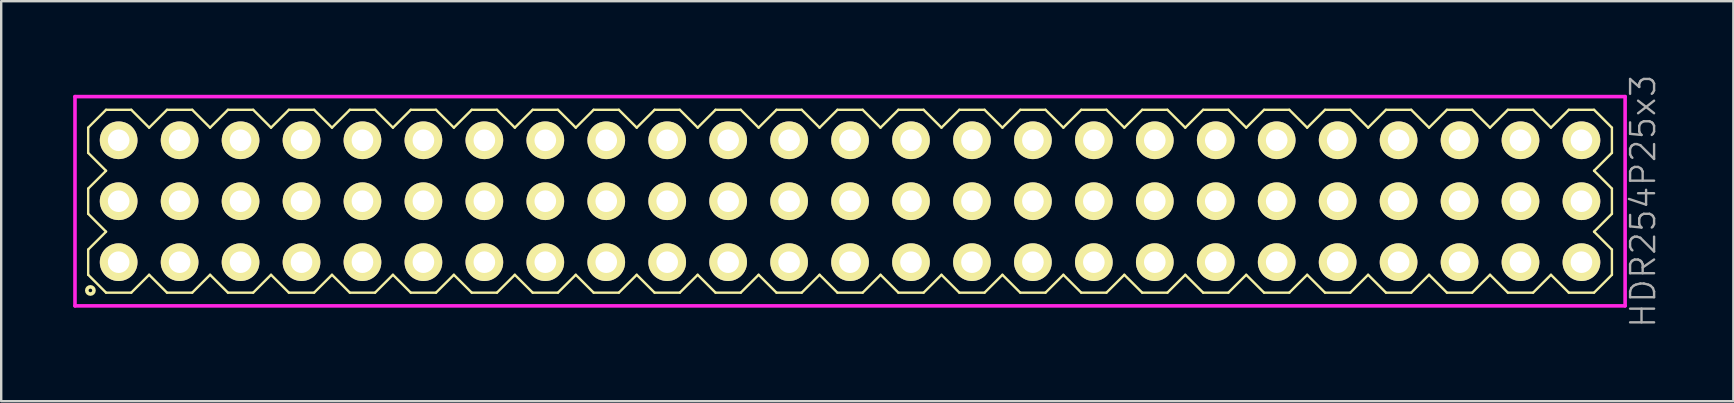
<source format=kicad_pcb>
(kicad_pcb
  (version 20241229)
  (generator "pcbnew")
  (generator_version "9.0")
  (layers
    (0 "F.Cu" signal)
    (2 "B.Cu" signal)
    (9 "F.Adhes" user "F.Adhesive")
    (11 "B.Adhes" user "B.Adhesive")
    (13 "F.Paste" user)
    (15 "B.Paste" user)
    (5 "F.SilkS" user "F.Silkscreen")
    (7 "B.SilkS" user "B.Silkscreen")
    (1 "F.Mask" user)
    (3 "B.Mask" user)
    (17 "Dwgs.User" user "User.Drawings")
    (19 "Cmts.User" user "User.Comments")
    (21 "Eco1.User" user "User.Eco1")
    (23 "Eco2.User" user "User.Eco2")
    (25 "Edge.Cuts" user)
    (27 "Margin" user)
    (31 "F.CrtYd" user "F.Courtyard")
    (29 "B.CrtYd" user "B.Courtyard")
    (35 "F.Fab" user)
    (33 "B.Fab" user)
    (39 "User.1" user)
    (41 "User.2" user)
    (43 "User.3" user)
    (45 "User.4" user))
  (footprint "HDR254P25x3"
    (layer "F.Cu")
    (at 32.375 5.336)
    (property "Reference" "HDR254P25x3" (at 33.05 0 90) (layer "F.Fab") (effects (font (size 1 1) (thickness 0.1))))
    (attr through_hole)
    (fp_line (start -31.75 -3.066) (end -31.006 -3.81) (stroke (width 0.1) (type solid)) (layer "F.SilkS"))
    (fp_line (start -31.75 -2.014) (end -31.75 -3.066) (stroke (width 0.1) (type solid)) (layer "F.SilkS"))
    (fp_line (start -31.75 -0.526) (end -31.006 -1.27) (stroke (width 0.1) (type solid)) (layer "F.SilkS"))
    (fp_line (start -31.75 0.526) (end -31.75 -0.526) (stroke (width 0.1) (type solid)) (layer "F.SilkS"))
    (fp_line (start -31.75 2.014) (end -31.006 1.27) (stroke (width 0.1) (type solid)) (layer "F.SilkS"))
    (fp_line (start -31.75 3.066) (end -31.75 2.014) (stroke (width 0.1) (type solid)) (layer "F.SilkS"))
    (fp_line (start -31.006 -3.81) (end -29.954 -3.81) (stroke (width 0.1) (type solid)) (layer "F.SilkS"))
    (fp_line (start -31.006 -1.27) (end -31.75 -2.014) (stroke (width 0.1) (type solid)) (layer "F.SilkS"))
    (fp_line (start -31.006 1.27) (end -31.75 0.526) (stroke (width 0.1) (type solid)) (layer "F.SilkS"))
    (fp_line (start -31.006 3.81) (end -31.75 3.066) (stroke (width 0.1) (type solid)) (layer "F.SilkS"))
    (fp_line (start -29.954 -3.81) (end -29.21 -3.066) (stroke (width 0.1) (type solid)) (layer "F.SilkS"))
    (fp_line (start -29.954 3.81) (end -31.006 3.81) (stroke (width 0.1) (type solid)) (layer "F.SilkS"))
    (fp_line (start -29.21 -3.066) (end -28.466 -3.81) (stroke (width 0.1) (type solid)) (layer "F.SilkS"))
    (fp_line (start -29.21 3.066) (end -29.954 3.81) (stroke (width 0.1) (type solid)) (layer "F.SilkS"))
    (fp_line (start -28.466 -3.81) (end -27.414 -3.81) (stroke (width 0.1) (type solid)) (layer "F.SilkS"))
    (fp_line (start -28.466 3.81) (end -29.21 3.066) (stroke (width 0.1) (type solid)) (layer "F.SilkS"))
    (fp_line (start -27.414 -3.81) (end -26.67 -3.066) (stroke (width 0.1) (type solid)) (layer "F.SilkS"))
    (fp_line (start -27.414 3.81) (end -28.466 3.81) (stroke (width 0.1) (type solid)) (layer "F.SilkS"))
    (fp_line (start -26.67 -3.066) (end -25.926 -3.81) (stroke (width 0.1) (type solid)) (layer "F.SilkS"))
    (fp_line (start -26.67 3.066) (end -27.414 3.81) (stroke (width 0.1) (type solid)) (layer "F.SilkS"))
    (fp_line (start -25.926 -3.81) (end -24.874 -3.81) (stroke (width 0.1) (type solid)) (layer "F.SilkS"))
    (fp_line (start -25.926 3.81) (end -26.67 3.066) (stroke (width 0.1) (type solid)) (layer "F.SilkS"))
    (fp_line (start -24.874 -3.81) (end -24.13 -3.066) (stroke (width 0.1) (type solid)) (layer "F.SilkS"))
    (fp_line (start -24.874 3.81) (end -25.926 3.81) (stroke (width 0.1) (type solid)) (layer "F.SilkS"))
    (fp_line (start -24.13 -3.066) (end -23.386 -3.81) (stroke (width 0.1) (type solid)) (layer "F.SilkS"))
    (fp_line (start -24.13 3.066) (end -24.874 3.81) (stroke (width 0.1) (type solid)) (layer "F.SilkS"))
    (fp_line (start -23.386 -3.81) (end -22.334 -3.81) (stroke (width 0.1) (type solid)) (layer "F.SilkS"))
    (fp_line (start -23.386 3.81) (end -24.13 3.066) (stroke (width 0.1) (type solid)) (layer "F.SilkS"))
    (fp_line (start -22.334 -3.81) (end -21.59 -3.066) (stroke (width 0.1) (type solid)) (layer "F.SilkS"))
    (fp_line (start -22.334 3.81) (end -23.386 3.81) (stroke (width 0.1) (type solid)) (layer "F.SilkS"))
    (fp_line (start -21.59 -3.066) (end -20.846 -3.81) (stroke (width 0.1) (type solid)) (layer "F.SilkS"))
    (fp_line (start -21.59 3.066) (end -22.334 3.81) (stroke (width 0.1) (type solid)) (layer "F.SilkS"))
    (fp_line (start -20.846 -3.81) (end -19.794 -3.81) (stroke (width 0.1) (type solid)) (layer "F.SilkS"))
    (fp_line (start -20.846 3.81) (end -21.59 3.066) (stroke (width 0.1) (type solid)) (layer "F.SilkS"))
    (fp_line (start -19.794 -3.81) (end -19.05 -3.066) (stroke (width 0.1) (type solid)) (layer "F.SilkS"))
    (fp_line (start -19.794 3.81) (end -20.846 3.81) (stroke (width 0.1) (type solid)) (layer "F.SilkS"))
    (fp_line (start -19.05 -3.066) (end -18.306 -3.81) (stroke (width 0.1) (type solid)) (layer "F.SilkS"))
    (fp_line (start -19.05 3.066) (end -19.794 3.81) (stroke (width 0.1) (type solid)) (layer "F.SilkS"))
    (fp_line (start -18.306 -3.81) (end -17.254 -3.81) (stroke (width 0.1) (type solid)) (layer "F.SilkS"))
    (fp_line (start -18.306 3.81) (end -19.05 3.066) (stroke (width 0.1) (type solid)) (layer "F.SilkS"))
    (fp_line (start -17.254 -3.81) (end -16.51 -3.066) (stroke (width 0.1) (type solid)) (layer "F.SilkS"))
    (fp_line (start -17.254 3.81) (end -18.306 3.81) (stroke (width 0.1) (type solid)) (layer "F.SilkS"))
    (fp_line (start -16.51 -3.066) (end -15.766 -3.81) (stroke (width 0.1) (type solid)) (layer "F.SilkS"))
    (fp_line (start -16.51 3.066) (end -17.254 3.81) (stroke (width 0.1) (type solid)) (layer "F.SilkS"))
    (fp_line (start -15.766 -3.81) (end -14.714 -3.81) (stroke (width 0.1) (type solid)) (layer "F.SilkS"))
    (fp_line (start -15.766 3.81) (end -16.51 3.066) (stroke (width 0.1) (type solid)) (layer "F.SilkS"))
    (fp_line (start -14.714 -3.81) (end -13.97 -3.066) (stroke (width 0.1) (type solid)) (layer "F.SilkS"))
    (fp_line (start -14.714 3.81) (end -15.766 3.81) (stroke (width 0.1) (type solid)) (layer "F.SilkS"))
    (fp_line (start -13.97 -3.066) (end -13.226 -3.81) (stroke (width 0.1) (type solid)) (layer "F.SilkS"))
    (fp_line (start -13.97 3.066) (end -14.714 3.81) (stroke (width 0.1) (type solid)) (layer "F.SilkS"))
    (fp_line (start -13.226 -3.81) (end -12.174 -3.81) (stroke (width 0.1) (type solid)) (layer "F.SilkS"))
    (fp_line (start -13.226 3.81) (end -13.97 3.066) (stroke (width 0.1) (type solid)) (layer "F.SilkS"))
    (fp_line (start -12.174 -3.81) (end -11.43 -3.066) (stroke (width 0.1) (type solid)) (layer "F.SilkS"))
    (fp_line (start -12.174 3.81) (end -13.226 3.81) (stroke (width 0.1) (type solid)) (layer "F.SilkS"))
    (fp_line (start -11.43 -3.066) (end -10.686 -3.81) (stroke (width 0.1) (type solid)) (layer "F.SilkS"))
    (fp_line (start -11.43 3.066) (end -12.174 3.81) (stroke (width 0.1) (type solid)) (layer "F.SilkS"))
    (fp_line (start -10.686 -3.81) (end -9.634 -3.81) (stroke (width 0.1) (type solid)) (layer "F.SilkS"))
    (fp_line (start -10.686 3.81) (end -11.43 3.066) (stroke (width 0.1) (type solid)) (layer "F.SilkS"))
    (fp_line (start -9.634 -3.81) (end -8.89 -3.066) (stroke (width 0.1) (type solid)) (layer "F.SilkS"))
    (fp_line (start -9.634 3.81) (end -10.686 3.81) (stroke (width 0.1) (type solid)) (layer "F.SilkS"))
    (fp_line (start -8.89 -3.066) (end -8.146 -3.81) (stroke (width 0.1) (type solid)) (layer "F.SilkS"))
    (fp_line (start -8.89 3.066) (end -9.634 3.81) (stroke (width 0.1) (type solid)) (layer "F.SilkS"))
    (fp_line (start -8.146 -3.81) (end -7.094 -3.81) (stroke (width 0.1) (type solid)) (layer "F.SilkS"))
    (fp_line (start -8.146 3.81) (end -8.89 3.066) (stroke (width 0.1) (type solid)) (layer "F.SilkS"))
    (fp_line (start -7.094 -3.81) (end -6.35 -3.066) (stroke (width 0.1) (type solid)) (layer "F.SilkS"))
    (fp_line (start -7.094 3.81) (end -8.146 3.81) (stroke (width 0.1) (type solid)) (layer "F.SilkS"))
    (fp_line (start -6.35 -3.066) (end -5.606 -3.81) (stroke (width 0.1) (type solid)) (layer "F.SilkS"))
    (fp_line (start -6.35 3.066) (end -7.094 3.81) (stroke (width 0.1) (type solid)) (layer "F.SilkS"))
    (fp_line (start -5.606 -3.81) (end -4.554 -3.81) (stroke (width 0.1) (type solid)) (layer "F.SilkS"))
    (fp_line (start -5.606 3.81) (end -6.35 3.066) (stroke (width 0.1) (type solid)) (layer "F.SilkS"))
    (fp_line (start -4.554 -3.81) (end -3.81 -3.066) (stroke (width 0.1) (type solid)) (layer "F.SilkS"))
    (fp_line (start -4.554 3.81) (end -5.606 3.81) (stroke (width 0.1) (type solid)) (layer "F.SilkS"))
    (fp_line (start -3.81 -3.066) (end -3.066 -3.81) (stroke (width 0.1) (type solid)) (layer "F.SilkS"))
    (fp_line (start -3.81 3.066) (end -4.554 3.81) (stroke (width 0.1) (type solid)) (layer "F.SilkS"))
    (fp_line (start -3.066 -3.81) (end -2.014 -3.81) (stroke (width 0.1) (type solid)) (layer "F.SilkS"))
    (fp_line (start -3.066 3.81) (end -3.81 3.066) (stroke (width 0.1) (type solid)) (layer "F.SilkS"))
    (fp_line (start -2.014 -3.81) (end -1.27 -3.066) (stroke (width 0.1) (type solid)) (layer "F.SilkS"))
    (fp_line (start -2.014 3.81) (end -3.066 3.81) (stroke (width 0.1) (type solid)) (layer "F.SilkS"))
    (fp_line (start -1.27 -3.066) (end -0.526 -3.81) (stroke (width 0.1) (type solid)) (layer "F.SilkS"))
    (fp_line (start -1.27 3.066) (end -2.014 3.81) (stroke (width 0.1) (type solid)) (layer "F.SilkS"))
    (fp_line (start -0.526 -3.81) (end 0.526 -3.81) (stroke (width 0.1) (type solid)) (layer "F.SilkS"))
    (fp_line (start -0.526 3.81) (end -1.27 3.066) (stroke (width 0.1) (type solid)) (layer "F.SilkS"))
    (fp_line (start 0.526 -3.81) (end 1.27 -3.066) (stroke (width 0.1) (type solid)) (layer "F.SilkS"))
    (fp_line (start 0.526 3.81) (end -0.526 3.81) (stroke (width 0.1) (type solid)) (layer "F.SilkS"))
    (fp_line (start 1.27 -3.066) (end 2.014 -3.81) (stroke (width 0.1) (type solid)) (layer "F.SilkS"))
    (fp_line (start 1.27 3.066) (end 0.526 3.81) (stroke (width 0.1) (type solid)) (layer "F.SilkS"))
    (fp_line (start 2.014 -3.81) (end 3.066 -3.81) (stroke (width 0.1) (type solid)) (layer "F.SilkS"))
    (fp_line (start 2.014 3.81) (end 1.27 3.066) (stroke (width 0.1) (type solid)) (layer "F.SilkS"))
    (fp_line (start 3.066 -3.81) (end 3.81 -3.066) (stroke (width 0.1) (type solid)) (layer "F.SilkS"))
    (fp_line (start 3.066 3.81) (end 2.014 3.81) (stroke (width 0.1) (type solid)) (layer "F.SilkS"))
    (fp_line (start 3.81 -3.066) (end 4.554 -3.81) (stroke (width 0.1) (type solid)) (layer "F.SilkS"))
    (fp_line (start 3.81 3.066) (end 3.066 3.81) (stroke (width 0.1) (type solid)) (layer "F.SilkS"))
    (fp_line (start 4.554 -3.81) (end 5.606 -3.81) (stroke (width 0.1) (type solid)) (layer "F.SilkS"))
    (fp_line (start 4.554 3.81) (end 3.81 3.066) (stroke (width 0.1) (type solid)) (layer "F.SilkS"))
    (fp_line (start 5.606 -3.81) (end 6.35 -3.066) (stroke (width 0.1) (type solid)) (layer "F.SilkS"))
    (fp_line (start 5.606 3.81) (end 4.554 3.81) (stroke (width 0.1) (type solid)) (layer "F.SilkS"))
    (fp_line (start 6.35 -3.066) (end 7.094 -3.81) (stroke (width 0.1) (type solid)) (layer "F.SilkS"))
    (fp_line (start 6.35 3.066) (end 5.606 3.81) (stroke (width 0.1) (type solid)) (layer "F.SilkS"))
    (fp_line (start 7.094 -3.81) (end 8.146 -3.81) (stroke (width 0.1) (type solid)) (layer "F.SilkS"))
    (fp_line (start 7.094 3.81) (end 6.35 3.066) (stroke (width 0.1) (type solid)) (layer "F.SilkS"))
    (fp_line (start 8.146 -3.81) (end 8.89 -3.066) (stroke (width 0.1) (type solid)) (layer "F.SilkS"))
    (fp_line (start 8.146 3.81) (end 7.094 3.81) (stroke (width 0.1) (type solid)) (layer "F.SilkS"))
    (fp_line (start 8.89 -3.066) (end 9.634 -3.81) (stroke (width 0.1) (type solid)) (layer "F.SilkS"))
    (fp_line (start 8.89 3.066) (end 8.146 3.81) (stroke (width 0.1) (type solid)) (layer "F.SilkS"))
    (fp_line (start 9.634 -3.81) (end 10.686 -3.81) (stroke (width 0.1) (type solid)) (layer "F.SilkS"))
    (fp_line (start 9.634 3.81) (end 8.89 3.066) (stroke (width 0.1) (type solid)) (layer "F.SilkS"))
    (fp_line (start 10.686 -3.81) (end 11.43 -3.066) (stroke (width 0.1) (type solid)) (layer "F.SilkS"))
    (fp_line (start 10.686 3.81) (end 9.634 3.81) (stroke (width 0.1) (type solid)) (layer "F.SilkS"))
    (fp_line (start 11.43 -3.066) (end 12.174 -3.81) (stroke (width 0.1) (type solid)) (layer "F.SilkS"))
    (fp_line (start 11.43 3.066) (end 10.686 3.81) (stroke (width 0.1) (type solid)) (layer "F.SilkS"))
    (fp_line (start 12.174 -3.81) (end 13.226 -3.81) (stroke (width 0.1) (type solid)) (layer "F.SilkS"))
    (fp_line (start 12.174 3.81) (end 11.43 3.066) (stroke (width 0.1) (type solid)) (layer "F.SilkS"))
    (fp_line (start 13.226 -3.81) (end 13.97 -3.066) (stroke (width 0.1) (type solid)) (layer "F.SilkS"))
    (fp_line (start 13.226 3.81) (end 12.174 3.81) (stroke (width 0.1) (type solid)) (layer "F.SilkS"))
    (fp_line (start 13.97 -3.066) (end 14.714 -3.81) (stroke (width 0.1) (type solid)) (layer "F.SilkS"))
    (fp_line (start 13.97 3.066) (end 13.226 3.81) (stroke (width 0.1) (type solid)) (layer "F.SilkS"))
    (fp_line (start 14.714 -3.81) (end 15.766 -3.81) (stroke (width 0.1) (type solid)) (layer "F.SilkS"))
    (fp_line (start 14.714 3.81) (end 13.97 3.066) (stroke (width 0.1) (type solid)) (layer "F.SilkS"))
    (fp_line (start 15.766 -3.81) (end 16.51 -3.066) (stroke (width 0.1) (type solid)) (layer "F.SilkS"))
    (fp_line (start 15.766 3.81) (end 14.714 3.81) (stroke (width 0.1) (type solid)) (layer "F.SilkS"))
    (fp_line (start 16.51 -3.066) (end 17.254 -3.81) (stroke (width 0.1) (type solid)) (layer "F.SilkS"))
    (fp_line (start 16.51 3.066) (end 15.766 3.81) (stroke (width 0.1) (type solid)) (layer "F.SilkS"))
    (fp_line (start 17.254 -3.81) (end 18.306 -3.81) (stroke (width 0.1) (type solid)) (layer "F.SilkS"))
    (fp_line (start 17.254 3.81) (end 16.51 3.066) (stroke (width 0.1) (type solid)) (layer "F.SilkS"))
    (fp_line (start 18.306 -3.81) (end 19.05 -3.066) (stroke (width 0.1) (type solid)) (layer "F.SilkS"))
    (fp_line (start 18.306 3.81) (end 17.254 3.81) (stroke (width 0.1) (type solid)) (layer "F.SilkS"))
    (fp_line (start 19.05 -3.066) (end 19.794 -3.81) (stroke (width 0.1) (type solid)) (layer "F.SilkS"))
    (fp_line (start 19.05 3.066) (end 18.306 3.81) (stroke (width 0.1) (type solid)) (layer "F.SilkS"))
    (fp_line (start 19.794 -3.81) (end 20.846 -3.81) (stroke (width 0.1) (type solid)) (layer "F.SilkS"))
    (fp_line (start 19.794 3.81) (end 19.05 3.066) (stroke (width 0.1) (type solid)) (layer "F.SilkS"))
    (fp_line (start 20.846 -3.81) (end 21.59 -3.066) (stroke (width 0.1) (type solid)) (layer "F.SilkS"))
    (fp_line (start 20.846 3.81) (end 19.794 3.81) (stroke (width 0.1) (type solid)) (layer "F.SilkS"))
    (fp_line (start 21.59 -3.066) (end 22.334 -3.81) (stroke (width 0.1) (type solid)) (layer "F.SilkS"))
    (fp_line (start 21.59 3.066) (end 20.846 3.81) (stroke (width 0.1) (type solid)) (layer "F.SilkS"))
    (fp_line (start 22.334 -3.81) (end 23.386 -3.81) (stroke (width 0.1) (type solid)) (layer "F.SilkS"))
    (fp_line (start 22.334 3.81) (end 21.59 3.066) (stroke (width 0.1) (type solid)) (layer "F.SilkS"))
    (fp_line (start 23.386 -3.81) (end 24.13 -3.066) (stroke (width 0.1) (type solid)) (layer "F.SilkS"))
    (fp_line (start 23.386 3.81) (end 22.334 3.81) (stroke (width 0.1) (type solid)) (layer "F.SilkS"))
    (fp_line (start 24.13 -3.066) (end 24.874 -3.81) (stroke (width 0.1) (type solid)) (layer "F.SilkS"))
    (fp_line (start 24.13 3.066) (end 23.386 3.81) (stroke (width 0.1) (type solid)) (layer "F.SilkS"))
    (fp_line (start 24.874 -3.81) (end 25.926 -3.81) (stroke (width 0.1) (type solid)) (layer "F.SilkS"))
    (fp_line (start 24.874 3.81) (end 24.13 3.066) (stroke (width 0.1) (type solid)) (layer "F.SilkS"))
    (fp_line (start 25.926 -3.81) (end 26.67 -3.066) (stroke (width 0.1) (type solid)) (layer "F.SilkS"))
    (fp_line (start 25.926 3.81) (end 24.874 3.81) (stroke (width 0.1) (type solid)) (layer "F.SilkS"))
    (fp_line (start 26.67 -3.066) (end 27.414 -3.81) (stroke (width 0.1) (type solid)) (layer "F.SilkS"))
    (fp_line (start 26.67 3.066) (end 25.926 3.81) (stroke (width 0.1) (type solid)) (layer "F.SilkS"))
    (fp_line (start 27.414 -3.81) (end 28.466 -3.81) (stroke (width 0.1) (type solid)) (layer "F.SilkS"))
    (fp_line (start 27.414 3.81) (end 26.67 3.066) (stroke (width 0.1) (type solid)) (layer "F.SilkS"))
    (fp_line (start 28.466 -3.81) (end 29.21 -3.066) (stroke (width 0.1) (type solid)) (layer "F.SilkS"))
    (fp_line (start 28.466 3.81) (end 27.414 3.81) (stroke (width 0.1) (type solid)) (layer "F.SilkS"))
    (fp_line (start 29.21 -3.066) (end 29.954 -3.81) (stroke (width 0.1) (type solid)) (layer "F.SilkS"))
    (fp_line (start 29.21 3.066) (end 28.466 3.81) (stroke (width 0.1) (type solid)) (layer "F.SilkS"))
    (fp_line (start 29.954 -3.81) (end 31.006 -3.81) (stroke (width 0.1) (type solid)) (layer "F.SilkS"))
    (fp_line (start 29.954 3.81) (end 29.21 3.066) (stroke (width 0.1) (type solid)) (layer "F.SilkS"))
    (fp_line (start 31.006 -3.81) (end 31.75 -3.066) (stroke (width 0.1) (type solid)) (layer "F.SilkS"))
    (fp_line (start 31.006 -1.27) (end 31.75 -0.526) (stroke (width 0.1) (type solid)) (layer "F.SilkS"))
    (fp_line (start 31.006 1.27) (end 31.75 2.014) (stroke (width 0.1) (type solid)) (layer "F.SilkS"))
    (fp_line (start 31.006 3.81) (end 29.954 3.81) (stroke (width 0.1) (type solid)) (layer "F.SilkS"))
    (fp_line (start 31.75 -3.066) (end 31.75 -2.014) (stroke (width 0.1) (type solid)) (layer "F.SilkS"))
    (fp_line (start 31.75 -2.014) (end 31.006 -1.27) (stroke (width 0.1) (type solid)) (layer "F.SilkS"))
    (fp_line (start 31.75 -0.526) (end 31.75 0.526) (stroke (width 0.1) (type solid)) (layer "F.SilkS"))
    (fp_line (start 31.75 0.526) (end 31.006 1.27) (stroke (width 0.1) (type solid)) (layer "F.SilkS"))
    (fp_line (start 31.75 2.014) (end 31.75 3.066) (stroke (width 0.1) (type solid)) (layer "F.SilkS"))
    (fp_line (start 31.75 3.066) (end 31.006 3.81) (stroke (width 0.1) (type solid)) (layer "F.SilkS"))
    (fp_circle (center -31.658 3.718) (end -31.508 3.718) (stroke (width 0.15) (type solid)) (fill no) (layer "F.SilkS"))
    (fp_line (start -32.3 -4.36) (end -32.3 4.36) (stroke (width 0.15) (type solid)) (layer "F.CrtYd"))
    (fp_line (start -32.3 4.36) (end 32.3 4.36) (stroke (width 0.15) (type solid)) (layer "F.CrtYd"))
    (fp_line (start 32.3 -4.36) (end -32.3 -4.36) (stroke (width 0.15) (type solid)) (layer "F.CrtYd"))
    (fp_line (start 32.3 4.36) (end 32.3 -4.36) (stroke (width 0.15) (type solid)) (layer "F.CrtYd"))
    (pad "1" thru_hole oval (at -30.48 2.54) (size 1.57 1.57) (drill 0.9) (layers "*.Cu" "*.Mask" "F.SilkS"))
    (pad "2" thru_hole oval (at -30.48 0) (size 1.57 1.57) (drill 0.9) (layers "*.Cu" "*.Mask" "F.SilkS"))
    (pad "3" thru_hole oval (at -30.48 -2.54) (size 1.57 1.57) (drill 0.9) (layers "*.Cu" "*.Mask" "F.SilkS"))
    (pad "4" thru_hole oval (at -27.94 2.54) (size 1.57 1.57) (drill 0.9) (layers "*.Cu" "*.Mask" "F.SilkS"))
    (pad "5" thru_hole oval (at -27.94 0) (size 1.57 1.57) (drill 0.9) (layers "*.Cu" "*.Mask" "F.SilkS"))
    (pad "6" thru_hole oval (at -27.94 -2.54) (size 1.57 1.57) (drill 0.9) (layers "*.Cu" "*.Mask" "F.SilkS"))
    (pad "7" thru_hole oval (at -25.4 2.54) (size 1.57 1.57) (drill 0.9) (layers "*.Cu" "*.Mask" "F.SilkS"))
    (pad "8" thru_hole oval (at -25.4 0) (size 1.57 1.57) (drill 0.9) (layers "*.Cu" "*.Mask" "F.SilkS"))
    (pad "9" thru_hole oval (at -25.4 -2.54) (size 1.57 1.57) (drill 0.9) (layers "*.Cu" "*.Mask" "F.SilkS"))
    (pad "10" thru_hole oval (at -22.86 2.54) (size 1.57 1.57) (drill 0.9) (layers "*.Cu" "*.Mask" "F.SilkS"))
    (pad "11" thru_hole oval (at -22.86 0) (size 1.57 1.57) (drill 0.9) (layers "*.Cu" "*.Mask" "F.SilkS"))
    (pad "12" thru_hole oval (at -22.86 -2.54) (size 1.57 1.57) (drill 0.9) (layers "*.Cu" "*.Mask" "F.SilkS"))
    (pad "13" thru_hole oval (at -20.32 2.54) (size 1.57 1.57) (drill 0.9) (layers "*.Cu" "*.Mask" "F.SilkS"))
    (pad "14" thru_hole oval (at -20.32 0) (size 1.57 1.57) (drill 0.9) (layers "*.Cu" "*.Mask" "F.SilkS"))
    (pad "15" thru_hole oval (at -20.32 -2.54) (size 1.57 1.57) (drill 0.9) (layers "*.Cu" "*.Mask" "F.SilkS"))
    (pad "16" thru_hole oval (at -17.78 2.54) (size 1.57 1.57) (drill 0.9) (layers "*.Cu" "*.Mask" "F.SilkS"))
    (pad "17" thru_hole oval (at -17.78 0) (size 1.57 1.57) (drill 0.9) (layers "*.Cu" "*.Mask" "F.SilkS"))
    (pad "18" thru_hole oval (at -17.78 -2.54) (size 1.57 1.57) (drill 0.9) (layers "*.Cu" "*.Mask" "F.SilkS"))
    (pad "19" thru_hole oval (at -15.24 2.54) (size 1.57 1.57) (drill 0.9) (layers "*.Cu" "*.Mask" "F.SilkS"))
    (pad "20" thru_hole oval (at -15.24 0) (size 1.57 1.57) (drill 0.9) (layers "*.Cu" "*.Mask" "F.SilkS"))
    (pad "21" thru_hole oval (at -15.24 -2.54) (size 1.57 1.57) (drill 0.9) (layers "*.Cu" "*.Mask" "F.SilkS"))
    (pad "22" thru_hole oval (at -12.7 2.54) (size 1.57 1.57) (drill 0.9) (layers "*.Cu" "*.Mask" "F.SilkS"))
    (pad "23" thru_hole oval (at -12.7 0) (size 1.57 1.57) (drill 0.9) (layers "*.Cu" "*.Mask" "F.SilkS"))
    (pad "24" thru_hole oval (at -12.7 -2.54) (size 1.57 1.57) (drill 0.9) (layers "*.Cu" "*.Mask" "F.SilkS"))
    (pad "25" thru_hole oval (at -10.16 2.54) (size 1.57 1.57) (drill 0.9) (layers "*.Cu" "*.Mask" "F.SilkS"))
    (pad "26" thru_hole oval (at -10.16 0) (size 1.57 1.57) (drill 0.9) (layers "*.Cu" "*.Mask" "F.SilkS"))
    (pad "27" thru_hole oval (at -10.16 -2.54) (size 1.57 1.57) (drill 0.9) (layers "*.Cu" "*.Mask" "F.SilkS"))
    (pad "28" thru_hole oval (at -7.62 2.54) (size 1.57 1.57) (drill 0.9) (layers "*.Cu" "*.Mask" "F.SilkS"))
    (pad "29" thru_hole oval (at -7.62 0) (size 1.57 1.57) (drill 0.9) (layers "*.Cu" "*.Mask" "F.SilkS"))
    (pad "30" thru_hole oval (at -7.62 -2.54) (size 1.57 1.57) (drill 0.9) (layers "*.Cu" "*.Mask" "F.SilkS"))
    (pad "31" thru_hole oval (at -5.08 2.54) (size 1.57 1.57) (drill 0.9) (layers "*.Cu" "*.Mask" "F.SilkS"))
    (pad "32" thru_hole oval (at -5.08 0) (size 1.57 1.57) (drill 0.9) (layers "*.Cu" "*.Mask" "F.SilkS"))
    (pad "33" thru_hole oval (at -5.08 -2.54) (size 1.57 1.57) (drill 0.9) (layers "*.Cu" "*.Mask" "F.SilkS"))
    (pad "34" thru_hole oval (at -2.54 2.54) (size 1.57 1.57) (drill 0.9) (layers "*.Cu" "*.Mask" "F.SilkS"))
    (pad "35" thru_hole oval (at -2.54 0) (size 1.57 1.57) (drill 0.9) (layers "*.Cu" "*.Mask" "F.SilkS"))
    (pad "36" thru_hole oval (at -2.54 -2.54) (size 1.57 1.57) (drill 0.9) (layers "*.Cu" "*.Mask" "F.SilkS"))
    (pad "37" thru_hole oval (at 0 2.54) (size 1.57 1.57) (drill 0.9) (layers "*.Cu" "*.Mask" "F.SilkS"))
    (pad "38" thru_hole oval (at 0 0) (size 1.57 1.57) (drill 0.9) (layers "*.Cu" "*.Mask" "F.SilkS"))
    (pad "39" thru_hole oval (at 0 -2.54) (size 1.57 1.57) (drill 0.9) (layers "*.Cu" "*.Mask" "F.SilkS"))
    (pad "40" thru_hole oval (at 2.54 2.54) (size 1.57 1.57) (drill 0.9) (layers "*.Cu" "*.Mask" "F.SilkS"))
    (pad "41" thru_hole oval (at 2.54 0) (size 1.57 1.57) (drill 0.9) (layers "*.Cu" "*.Mask" "F.SilkS"))
    (pad "42" thru_hole oval (at 2.54 -2.54) (size 1.57 1.57) (drill 0.9) (layers "*.Cu" "*.Mask" "F.SilkS"))
    (pad "43" thru_hole oval (at 5.08 2.54) (size 1.57 1.57) (drill 0.9) (layers "*.Cu" "*.Mask" "F.SilkS"))
    (pad "44" thru_hole oval (at 5.08 0) (size 1.57 1.57) (drill 0.9) (layers "*.Cu" "*.Mask" "F.SilkS"))
    (pad "45" thru_hole oval (at 5.08 -2.54) (size 1.57 1.57) (drill 0.9) (layers "*.Cu" "*.Mask" "F.SilkS"))
    (pad "46" thru_hole oval (at 7.62 2.54) (size 1.57 1.57) (drill 0.9) (layers "*.Cu" "*.Mask" "F.SilkS"))
    (pad "47" thru_hole oval (at 7.62 0) (size 1.57 1.57) (drill 0.9) (layers "*.Cu" "*.Mask" "F.SilkS"))
    (pad "48" thru_hole oval (at 7.62 -2.54) (size 1.57 1.57) (drill 0.9) (layers "*.Cu" "*.Mask" "F.SilkS"))
    (pad "49" thru_hole oval (at 10.16 2.54) (size 1.57 1.57) (drill 0.9) (layers "*.Cu" "*.Mask" "F.SilkS"))
    (pad "50" thru_hole oval (at 10.16 0) (size 1.57 1.57) (drill 0.9) (layers "*.Cu" "*.Mask" "F.SilkS"))
    (pad "51" thru_hole oval (at 10.16 -2.54) (size 1.57 1.57) (drill 0.9) (layers "*.Cu" "*.Mask" "F.SilkS"))
    (pad "52" thru_hole oval (at 12.7 2.54) (size 1.57 1.57) (drill 0.9) (layers "*.Cu" "*.Mask" "F.SilkS"))
    (pad "53" thru_hole oval (at 12.7 0) (size 1.57 1.57) (drill 0.9) (layers "*.Cu" "*.Mask" "F.SilkS"))
    (pad "54" thru_hole oval (at 12.7 -2.54) (size 1.57 1.57) (drill 0.9) (layers "*.Cu" "*.Mask" "F.SilkS"))
    (pad "55" thru_hole oval (at 15.24 2.54) (size 1.57 1.57) (drill 0.9) (layers "*.Cu" "*.Mask" "F.SilkS"))
    (pad "56" thru_hole oval (at 15.24 0) (size 1.57 1.57) (drill 0.9) (layers "*.Cu" "*.Mask" "F.SilkS"))
    (pad "57" thru_hole oval (at 15.24 -2.54) (size 1.57 1.57) (drill 0.9) (layers "*.Cu" "*.Mask" "F.SilkS"))
    (pad "58" thru_hole oval (at 17.78 2.54) (size 1.57 1.57) (drill 0.9) (layers "*.Cu" "*.Mask" "F.SilkS"))
    (pad "59" thru_hole oval (at 17.78 0) (size 1.57 1.57) (drill 0.9) (layers "*.Cu" "*.Mask" "F.SilkS"))
    (pad "60" thru_hole oval (at 17.78 -2.54) (size 1.57 1.57) (drill 0.9) (layers "*.Cu" "*.Mask" "F.SilkS"))
    (pad "61" thru_hole oval (at 20.32 2.54) (size 1.57 1.57) (drill 0.9) (layers "*.Cu" "*.Mask" "F.SilkS"))
    (pad "62" thru_hole oval (at 20.32 0) (size 1.57 1.57) (drill 0.9) (layers "*.Cu" "*.Mask" "F.SilkS"))
    (pad "63" thru_hole oval (at 20.32 -2.54) (size 1.57 1.57) (drill 0.9) (layers "*.Cu" "*.Mask" "F.SilkS"))
    (pad "64" thru_hole oval (at 22.86 2.54) (size 1.57 1.57) (drill 0.9) (layers "*.Cu" "*.Mask" "F.SilkS"))
    (pad "65" thru_hole oval (at 22.86 0) (size 1.57 1.57) (drill 0.9) (layers "*.Cu" "*.Mask" "F.SilkS"))
    (pad "66" thru_hole oval (at 22.86 -2.54) (size 1.57 1.57) (drill 0.9) (layers "*.Cu" "*.Mask" "F.SilkS"))
    (pad "67" thru_hole oval (at 25.4 2.54) (size 1.57 1.57) (drill 0.9) (layers "*.Cu" "*.Mask" "F.SilkS"))
    (pad "68" thru_hole oval (at 25.4 0) (size 1.57 1.57) (drill 0.9) (layers "*.Cu" "*.Mask" "F.SilkS"))
    (pad "69" thru_hole oval (at 25.4 -2.54) (size 1.57 1.57) (drill 0.9) (layers "*.Cu" "*.Mask" "F.SilkS"))
    (pad "70" thru_hole oval (at 27.94 2.54) (size 1.57 1.57) (drill 0.9) (layers "*.Cu" "*.Mask" "F.SilkS"))
    (pad "71" thru_hole oval (at 27.94 0) (size 1.57 1.57) (drill 0.9) (layers "*.Cu" "*.Mask" "F.SilkS"))
    (pad "72" thru_hole oval (at 27.94 -2.54) (size 1.57 1.57) (drill 0.9) (layers "*.Cu" "*.Mask" "F.SilkS"))
    (pad "73" thru_hole oval (at 30.48 2.54) (size 1.57 1.57) (drill 0.9) (layers "*.Cu" "*.Mask" "F.SilkS"))
    (pad "74" thru_hole oval (at 30.48 0) (size 1.57 1.57) (drill 0.9) (layers "*.Cu" "*.Mask" "F.SilkS"))
    (pad "75" thru_hole oval (at 30.48 -2.54) (size 1.57 1.57) (drill 0.9) (layers "*.Cu" "*.Mask" "F.SilkS")))
  (gr_rect
    (start -3 -3)
    (end 69.186 13.671)
    (stroke (width 0.1) (type default))
    (fill no)
    (layer "Edge.Cuts")))
</source>
